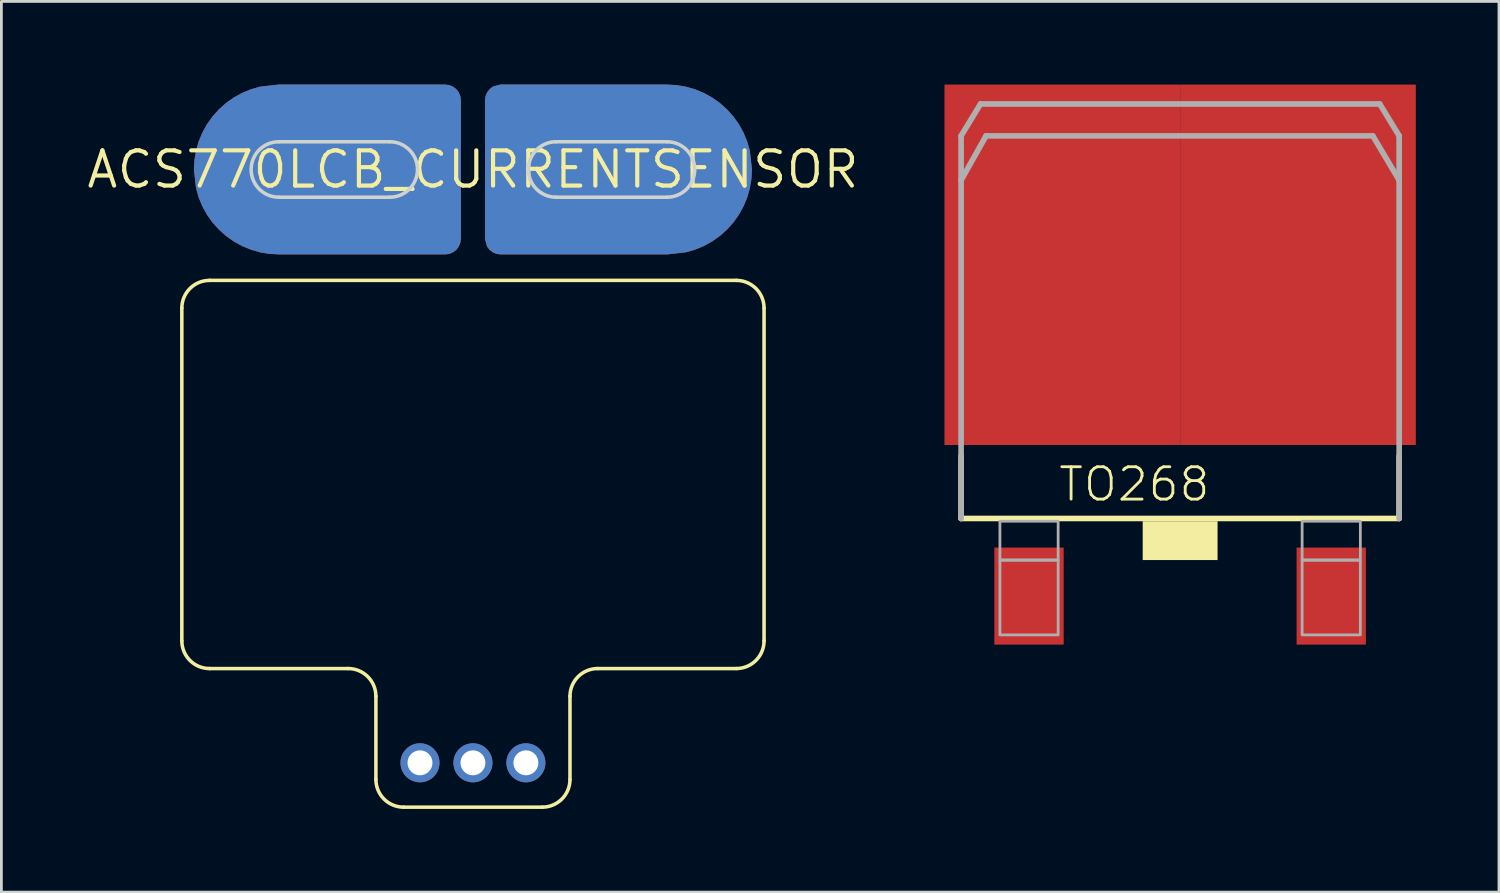
<source format=kicad_pcb>
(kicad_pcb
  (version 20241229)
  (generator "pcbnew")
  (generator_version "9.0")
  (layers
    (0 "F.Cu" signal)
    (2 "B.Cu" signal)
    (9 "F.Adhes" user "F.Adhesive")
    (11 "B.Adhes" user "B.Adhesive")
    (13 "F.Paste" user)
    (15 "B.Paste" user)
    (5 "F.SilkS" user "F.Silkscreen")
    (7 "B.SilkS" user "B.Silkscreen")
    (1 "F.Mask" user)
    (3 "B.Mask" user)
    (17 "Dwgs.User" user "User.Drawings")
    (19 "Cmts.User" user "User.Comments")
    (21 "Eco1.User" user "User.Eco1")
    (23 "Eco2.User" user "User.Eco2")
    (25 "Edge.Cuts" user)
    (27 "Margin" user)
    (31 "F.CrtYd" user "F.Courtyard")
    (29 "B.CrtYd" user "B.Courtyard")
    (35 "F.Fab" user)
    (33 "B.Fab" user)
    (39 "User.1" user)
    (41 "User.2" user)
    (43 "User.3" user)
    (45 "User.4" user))
  (footprint "TO268"
    (layer "F.Cu")
    (at 39.515 8.75)
    (property "Reference" "TO268" (at -4.445 6.35 0) (layer "F.SilkS") (effects (font (size 1.168 1.168) (thickness 0.102)) (justify left bottom)))
    (fp_line (start -7.9 6.9) (end -7.9 4.65) (stroke (width 0.203) (type solid)) (layer "F.SilkS"))
    (fp_line (start -7.9 6.9) (end 7.9 6.9) (stroke (width 0.203) (type solid)) (layer "F.SilkS"))
    (fp_line (start 7.9 4.65) (end 7.9 6.9) (stroke (width 0.203) (type solid)) (layer "F.SilkS"))
    (fp_poly (pts (xy -1.35 8.4) (xy 1.35 8.4) (xy 1.35 7) (xy -1.35 7)) (stroke (width 0) (type default)) (fill yes) (layer "F.SilkS"))
    (fp_line (start -7.9 -6.9) (end -7.2 -8.05) (stroke (width 0.203) (type solid)) (layer "F.Fab"))
    (fp_line (start -7.9 -5.3) (end -7.9 -6.9) (stroke (width 0.203) (type solid)) (layer "F.Fab"))
    (fp_line (start -7.9 -5.3) (end -7.9 6.9) (stroke (width 0.203) (type solid)) (layer "F.Fab"))
    (fp_line (start -7 -6.9) (end -7.9 -5.3) (stroke (width 0.203) (type solid)) (layer "F.Fab"))
    (fp_line (start 6.95 -6.9) (end -7 -6.9) (stroke (width 0.203) (type solid)) (layer "F.Fab"))
    (fp_line (start 7.2 -8.05) (end -7.2 -8.05) (stroke (width 0.203) (type solid)) (layer "F.Fab"))
    (fp_line (start 7.9 -6.9) (end 7.2 -8.05) (stroke (width 0.203) (type solid)) (layer "F.Fab"))
    (fp_line (start 7.9 -5.3) (end 6.95 -6.9) (stroke (width 0.203) (type solid)) (layer "F.Fab"))
    (fp_line (start 7.9 -5.3) (end 7.9 -6.9) (stroke (width 0.203) (type solid)) (layer "F.Fab"))
    (fp_line (start 7.9 6.9) (end 7.9 -5.3) (stroke (width 0.203) (type solid)) (layer "F.Fab"))
    (fp_poly (pts (xy -6.5 8.4) (xy -4.4 8.4) (xy -4.4 7) (xy -6.5 7)) (stroke (width 0.1) (type default)) (fill no) (layer "F.Fab"))
    (fp_poly (pts (xy -6.5 11.1) (xy -4.4 11.1) (xy -4.4 8.4) (xy -6.5 8.4)) (stroke (width 0.1) (type default)) (fill no) (layer "F.Fab"))
    (fp_poly (pts (xy 4.4 8.4) (xy 6.5 8.4) (xy 6.5 7) (xy 4.4 7)) (stroke (width 0.1) (type default)) (fill no) (layer "F.Fab"))
    (fp_poly (pts (xy 4.4 11.1) (xy 6.5 11.1) (xy 6.5 8.4) (xy 4.4 8.4)) (stroke (width 0.1) (type default)) (fill no) (layer "F.Fab"))
    (pad "(+)" smd rect (at 5.45 9.7) (size 2.5 3.5) (layers "F.Cu" "F.Mask" "F.Paste"))
    (pad "(-)" smd rect (at -5.45 9.7) (size 2.5 3.5) (layers "F.Cu" "F.Mask" "F.Paste"))
    (pad "C@1" smd rect (at -4.25 -2.25) (size 8.5 13) (layers "F.Cu" "F.Mask" "F.Paste"))
    (pad "C@2" smd rect (at 4.25 -2.25) (size 8.5 13) (layers "F.Cu" "F.Mask" "F.Paste")))
  (footprint "ACS770LCB_CURRENTSENSOR"
    (layer "F.Cu")
    (at 14.008 3.063)
    (property "Reference" "ACS770LCB_CURRENTSENSOR" (at 0 0 0) (layer "F.SilkS") (effects (font (size 1.27 1.27) (thickness 0.15))))
    (fp_poly (pts (xy 7.343 -3.044) (xy 7.682 -2.987) (xy 8.012 -2.892) (xy 8.329 -2.76) (xy 8.63 -2.594) (xy 8.91 -2.395) (xy 9.166 -2.166) (xy 9.395 -1.91) (xy 9.594 -1.63) (xy 9.76 -1.329) (xy 9.892 -1.012) (xy 9.987 -0.68) (xy 10.064 -0.002) (xy 10.044 0.343) (xy 9.987 0.682) (xy 9.892 1.012) (xy 9.76 1.329) (xy 9.594 1.63) (xy 9.395 1.91) (xy 9.166 2.166) (xy 8.91 2.395) (xy 8.63 2.594) (xy 8.329 2.76) (xy 8.012 2.892) (xy 7.68 2.987) (xy 7.004 3.063) (xy 0.996 3.063) (xy 0.854 3.045) (xy 0.718 2.988) (xy 0.601 2.899) (xy 0.509 2.779) (xy 0.436 2.508) (xy 0.436 -2.504) (xy 0.455 -2.646) (xy 0.512 -2.782) (xy 0.601 -2.899) (xy 0.721 -2.991) (xy 0.992 -3.063) (xy 7.002 -3.063)) (stroke (width 0) (type default)) (fill yes) (layer "F.Cu"))
    (fp_poly (pts (xy -0.854 -3.045) (xy -0.718 -2.988) (xy -0.601 -2.899) (xy -0.512 -2.782) (xy -0.455 -2.646) (xy -0.436 -2.504) (xy -0.436 2.504) (xy -0.455 2.646) (xy -0.512 2.782) (xy -0.601 2.899) (xy -0.718 2.988) (xy -0.854 3.045) (xy -0.996 3.063) (xy -7.002 3.063) (xy -7.343 3.044) (xy -7.682 2.987) (xy -8.012 2.892) (xy -8.329 2.76) (xy -8.63 2.594) (xy -8.91 2.395) (xy -9.166 2.166) (xy -9.395 1.91) (xy -9.594 1.63) (xy -9.76 1.329) (xy -9.892 1.012) (xy -9.987 0.68) (xy -10.064 0.002) (xy -10.044 -0.343) (xy -9.987 -0.682) (xy -9.892 -1.012) (xy -9.76 -1.329) (xy -9.594 -1.63) (xy -9.395 -1.91) (xy -9.166 -2.166) (xy -8.91 -2.395) (xy -8.63 -2.594) (xy -8.329 -2.76) (xy -8.012 -2.892) (xy -7.68 -2.987) (xy -7.004 -3.063) (xy -0.996 -3.063)) (stroke (width 0) (type default)) (fill yes) (layer "F.Cu"))
    (fp_poly (pts (xy 7.343 -3.044) (xy 7.682 -2.987) (xy 8.012 -2.892) (xy 8.329 -2.76) (xy 8.63 -2.594) (xy 8.91 -2.395) (xy 9.166 -2.166) (xy 9.395 -1.91) (xy 9.594 -1.63) (xy 9.76 -1.329) (xy 9.892 -1.012) (xy 9.987 -0.68) (xy 10.064 -0.002) (xy 10.044 0.343) (xy 9.987 0.682) (xy 9.892 1.012) (xy 9.76 1.329) (xy 9.594 1.63) (xy 9.395 1.91) (xy 9.166 2.166) (xy 8.91 2.395) (xy 8.63 2.594) (xy 8.329 2.76) (xy 8.012 2.892) (xy 7.68 2.987) (xy 7.004 3.063) (xy 0.996 3.063) (xy 0.854 3.045) (xy 0.718 2.988) (xy 0.601 2.899) (xy 0.509 2.779) (xy 0.436 2.508) (xy 0.436 -2.504) (xy 0.455 -2.646) (xy 0.512 -2.782) (xy 0.601 -2.899) (xy 0.721 -2.991) (xy 0.992 -3.063) (xy 7.002 -3.063)) (stroke (width 0) (type default)) (fill yes) (layer "F.Mask"))
    (fp_poly (pts (xy -0.854 -3.045) (xy -0.718 -2.988) (xy -0.601 -2.899) (xy -0.512 -2.782) (xy -0.455 -2.646) (xy -0.436 -2.504) (xy -0.436 2.504) (xy -0.455 2.646) (xy -0.512 2.782) (xy -0.601 2.899) (xy -0.718 2.988) (xy -0.854 3.045) (xy -0.996 3.063) (xy -7.002 3.063) (xy -7.343 3.044) (xy -7.682 2.987) (xy -8.012 2.892) (xy -8.329 2.76) (xy -8.63 2.594) (xy -8.91 2.395) (xy -9.166 2.166) (xy -9.395 1.91) (xy -9.594 1.63) (xy -9.76 1.329) (xy -9.892 1.012) (xy -9.987 0.68) (xy -10.064 0.002) (xy -10.044 -0.343) (xy -9.987 -0.682) (xy -9.892 -1.012) (xy -9.76 -1.329) (xy -9.594 -1.63) (xy -9.395 -1.91) (xy -9.166 -2.166) (xy -8.91 -2.395) (xy -8.63 -2.594) (xy -8.329 -2.76) (xy -8.012 -2.892) (xy -7.68 -2.987) (xy -7.004 -3.063) (xy -0.996 -3.063)) (stroke (width 0) (type default)) (fill yes) (layer "F.Mask"))
    (fp_poly (pts (xy 7.343 -3.044) (xy 7.682 -2.987) (xy 8.012 -2.892) (xy 8.329 -2.76) (xy 8.63 -2.594) (xy 8.91 -2.395) (xy 9.166 -2.166) (xy 9.395 -1.91) (xy 9.594 -1.63) (xy 9.76 -1.329) (xy 9.892 -1.012) (xy 9.987 -0.68) (xy 10.064 -0.002) (xy 10.044 0.343) (xy 9.987 0.682) (xy 9.892 1.012) (xy 9.76 1.329) (xy 9.594 1.63) (xy 9.395 1.91) (xy 9.166 2.166) (xy 8.91 2.395) (xy 8.63 2.594) (xy 8.329 2.76) (xy 8.012 2.892) (xy 7.68 2.987) (xy 7.004 3.063) (xy 0.996 3.063) (xy 0.854 3.045) (xy 0.718 2.988) (xy 0.601 2.899) (xy 0.509 2.779) (xy 0.436 2.508) (xy 0.436 -2.504) (xy 0.455 -2.646) (xy 0.512 -2.782) (xy 0.601 -2.899) (xy 0.721 -2.991) (xy 0.992 -3.063) (xy 7.002 -3.063)) (stroke (width 0) (type default)) (fill yes) (layer "B.Cu"))
    (fp_poly (pts (xy -0.854 -3.045) (xy -0.718 -2.988) (xy -0.601 -2.899) (xy -0.512 -2.782) (xy -0.455 -2.646) (xy -0.436 -2.504) (xy -0.436 2.504) (xy -0.455 2.646) (xy -0.512 2.782) (xy -0.601 2.899) (xy -0.718 2.988) (xy -0.854 3.045) (xy -0.996 3.063) (xy -7.002 3.063) (xy -7.343 3.044) (xy -7.682 2.987) (xy -8.012 2.892) (xy -8.329 2.76) (xy -8.63 2.594) (xy -8.91 2.395) (xy -9.166 2.166) (xy -9.395 1.91) (xy -9.594 1.63) (xy -9.76 1.329) (xy -9.892 1.012) (xy -9.987 0.68) (xy -10.064 0.002) (xy -10.044 -0.343) (xy -9.987 -0.682) (xy -9.892 -1.012) (xy -9.76 -1.329) (xy -9.594 -1.63) (xy -9.395 -1.91) (xy -9.166 -2.166) (xy -8.91 -2.395) (xy -8.63 -2.594) (xy -8.329 -2.76) (xy -8.012 -2.892) (xy -7.68 -2.987) (xy -7.004 -3.063) (xy -0.996 -3.063)) (stroke (width 0) (type default)) (fill yes) (layer "B.Cu"))
    (fp_poly (pts (xy 7.343 -3.044) (xy 7.682 -2.987) (xy 8.012 -2.892) (xy 8.329 -2.76) (xy 8.63 -2.594) (xy 8.91 -2.395) (xy 9.166 -2.166) (xy 9.395 -1.91) (xy 9.594 -1.63) (xy 9.76 -1.329) (xy 9.892 -1.012) (xy 9.987 -0.68) (xy 10.064 -0.002) (xy 10.044 0.343) (xy 9.987 0.682) (xy 9.892 1.012) (xy 9.76 1.329) (xy 9.594 1.63) (xy 9.395 1.91) (xy 9.166 2.166) (xy 8.91 2.395) (xy 8.63 2.594) (xy 8.329 2.76) (xy 8.012 2.892) (xy 7.68 2.987) (xy 7.004 3.063) (xy 0.996 3.063) (xy 0.854 3.045) (xy 0.718 2.988) (xy 0.601 2.899) (xy 0.509 2.779) (xy 0.436 2.508) (xy 0.436 -2.504) (xy 0.455 -2.646) (xy 0.512 -2.782) (xy 0.601 -2.899) (xy 0.721 -2.991) (xy 0.992 -3.063) (xy 7.002 -3.063)) (stroke (width 0) (type default)) (fill yes) (layer "B.Mask"))
    (fp_poly (pts (xy -0.854 -3.045) (xy -0.718 -2.988) (xy -0.601 -2.899) (xy -0.512 -2.782) (xy -0.455 -2.646) (xy -0.436 -2.504) (xy -0.436 2.504) (xy -0.455 2.646) (xy -0.512 2.782) (xy -0.601 2.899) (xy -0.718 2.988) (xy -0.854 3.045) (xy -0.996 3.063) (xy -7.002 3.063) (xy -7.343 3.044) (xy -7.682 2.987) (xy -8.012 2.892) (xy -8.329 2.76) (xy -8.63 2.594) (xy -8.91 2.395) (xy -9.166 2.166) (xy -9.395 1.91) (xy -9.594 1.63) (xy -9.76 1.329) (xy -9.892 1.012) (xy -9.987 0.68) (xy -10.064 0.002) (xy -10.044 -0.343) (xy -9.987 -0.682) (xy -9.892 -1.012) (xy -9.76 -1.329) (xy -9.594 -1.63) (xy -9.395 -1.91) (xy -9.166 -2.166) (xy -8.91 -2.395) (xy -8.63 -2.594) (xy -8.329 -2.76) (xy -8.012 -2.892) (xy -7.68 -2.987) (xy -7.004 -3.063) (xy -0.996 -3.063)) (stroke (width 0) (type default)) (fill yes) (layer "B.Mask"))
    (fp_line (start -10.5 5) (end -10.5 17) (stroke (width 0.127) (type solid)) (layer "F.SilkS"))
    (fp_line (start -9.5 18) (end -4.5 18) (stroke (width 0.127) (type solid)) (layer "F.SilkS"))
    (fp_line (start -3.5 19) (end -3.5 22) (stroke (width 0.127) (type solid)) (layer "F.SilkS"))
    (fp_line (start -2.5 23) (end 2.5 23) (stroke (width 0.127) (type solid)) (layer "F.SilkS"))
    (fp_line (start 3.5 22) (end 3.5 19) (stroke (width 0.127) (type solid)) (layer "F.SilkS"))
    (fp_line (start 4.5 18) (end 9.5 18) (stroke (width 0.127) (type solid)) (layer "F.SilkS"))
    (fp_line (start 9.5 4) (end -9.5 4) (stroke (width 0.127) (type solid)) (layer "F.SilkS"))
    (fp_line (start 10.5 17) (end 10.5 5) (stroke (width 0.127) (type solid)) (layer "F.SilkS"))
    (fp_arc (start -10.5 5) (mid -10.207107 4.292893) (end -9.5 4) (stroke (width 0.127) (type solid)) (layer "F.SilkS"))
    (fp_arc (start -9.5 18) (mid -10.207107 17.707107) (end -10.5 17) (stroke (width 0.127) (type solid)) (layer "F.SilkS"))
    (fp_arc (start -4.5 18) (mid -3.792893 18.292893) (end -3.5 19) (stroke (width 0.127) (type solid)) (layer "F.SilkS"))
    (fp_arc (start -2.5 23) (mid -3.207107 22.707107) (end -3.5 22) (stroke (width 0.127) (type solid)) (layer "F.SilkS"))
    (fp_arc (start 3.5 19) (mid 3.792893 18.292893) (end 4.5 18) (stroke (width 0.127) (type solid)) (layer "F.SilkS"))
    (fp_arc (start 3.5 22) (mid 3.207107 22.707107) (end 2.5 23) (stroke (width 0.127) (type solid)) (layer "F.SilkS"))
    (fp_arc (start 9.5 4) (mid 10.207107 4.292893) (end 10.5 5) (stroke (width 0.127) (type solid)) (layer "F.SilkS"))
    (fp_arc (start 10.5 17) (mid 10.207107 17.707107) (end 9.5 18) (stroke (width 0.127) (type solid)) (layer "F.SilkS"))
    (fp_poly (pts (xy 7.343 -3.044) (xy 7.682 -2.987) (xy 8.012 -2.892) (xy 8.329 -2.76) (xy 8.63 -2.594) (xy 8.91 -2.395) (xy 9.166 -2.166) (xy 9.395 -1.91) (xy 9.594 -1.63) (xy 9.76 -1.329) (xy 9.892 -1.012) (xy 9.987 -0.68) (xy 10.064 -0.002) (xy 10.044 0.343) (xy 9.987 0.682) (xy 9.892 1.012) (xy 9.76 1.329) (xy 9.594 1.63) (xy 9.395 1.91) (xy 9.166 2.166) (xy 8.91 2.395) (xy 8.63 2.594) (xy 8.329 2.76) (xy 8.012 2.892) (xy 7.68 2.987) (xy 7.004 3.063) (xy 0.996 3.063) (xy 0.854 3.045) (xy 0.718 2.988) (xy 0.601 2.899) (xy 0.509 2.779) (xy 0.436 2.508) (xy 0.436 -2.504) (xy 0.455 -2.646) (xy 0.512 -2.782) (xy 0.601 -2.899) (xy 0.721 -2.991) (xy 0.992 -3.063) (xy 7.002 -3.063)) (stroke (width 0) (type default)) (fill yes) (layer "F.Paste"))
    (fp_poly (pts (xy -0.854 -3.045) (xy -0.718 -2.988) (xy -0.601 -2.899) (xy -0.512 -2.782) (xy -0.455 -2.646) (xy -0.436 -2.504) (xy -0.436 2.504) (xy -0.455 2.646) (xy -0.512 2.782) (xy -0.601 2.899) (xy -0.718 2.988) (xy -0.854 3.045) (xy -0.996 3.063) (xy -7.002 3.063) (xy -7.343 3.044) (xy -7.682 2.987) (xy -8.012 2.892) (xy -8.329 2.76) (xy -8.63 2.594) (xy -8.91 2.395) (xy -9.166 2.166) (xy -9.395 1.91) (xy -9.594 1.63) (xy -9.76 1.329) (xy -9.892 1.012) (xy -9.987 0.68) (xy -10.064 0.002) (xy -10.044 -0.343) (xy -9.987 -0.682) (xy -9.892 -1.012) (xy -9.76 -1.329) (xy -9.594 -1.63) (xy -9.395 -1.91) (xy -9.166 -2.166) (xy -8.91 -2.395) (xy -8.63 -2.594) (xy -8.329 -2.76) (xy -8.012 -2.892) (xy -7.68 -2.987) (xy -7.004 -3.063) (xy -0.996 -3.063)) (stroke (width 0) (type default)) (fill yes) (layer "F.Paste"))
    (fp_poly (pts (xy 7.343 -3.044) (xy 7.682 -2.987) (xy 8.012 -2.892) (xy 8.329 -2.76) (xy 8.63 -2.594) (xy 8.91 -2.395) (xy 9.166 -2.166) (xy 9.395 -1.91) (xy 9.594 -1.63) (xy 9.76 -1.329) (xy 9.892 -1.012) (xy 9.987 -0.68) (xy 10.064 -0.002) (xy 10.044 0.343) (xy 9.987 0.682) (xy 9.892 1.012) (xy 9.76 1.329) (xy 9.594 1.63) (xy 9.395 1.91) (xy 9.166 2.166) (xy 8.91 2.395) (xy 8.63 2.594) (xy 8.329 2.76) (xy 8.012 2.892) (xy 7.68 2.987) (xy 7.004 3.063) (xy 0.996 3.063) (xy 0.854 3.045) (xy 0.718 2.988) (xy 0.601 2.899) (xy 0.509 2.779) (xy 0.436 2.508) (xy 0.436 -2.504) (xy 0.455 -2.646) (xy 0.512 -2.782) (xy 0.601 -2.899) (xy 0.721 -2.991) (xy 0.992 -3.063) (xy 7.002 -3.063)) (stroke (width 0) (type default)) (fill yes) (layer "B.Paste"))
    (fp_poly (pts (xy -0.854 -3.045) (xy -0.718 -2.988) (xy -0.601 -2.899) (xy -0.512 -2.782) (xy -0.455 -2.646) (xy -0.436 -2.504) (xy -0.436 2.504) (xy -0.455 2.646) (xy -0.512 2.782) (xy -0.601 2.899) (xy -0.718 2.988) (xy -0.854 3.045) (xy -0.996 3.063) (xy -7.002 3.063) (xy -7.343 3.044) (xy -7.682 2.987) (xy -8.012 2.892) (xy -8.329 2.76) (xy -8.63 2.594) (xy -8.91 2.395) (xy -9.166 2.166) (xy -9.395 1.91) (xy -9.594 1.63) (xy -9.76 1.329) (xy -9.892 1.012) (xy -9.987 0.68) (xy -10.064 0.002) (xy -10.044 -0.343) (xy -9.987 -0.682) (xy -9.892 -1.012) (xy -9.76 -1.329) (xy -9.594 -1.63) (xy -9.395 -1.91) (xy -9.166 -2.166) (xy -8.91 -2.395) (xy -8.63 -2.594) (xy -8.329 -2.76) (xy -8.012 -2.892) (xy -7.68 -2.987) (xy -7.004 -3.063) (xy -0.996 -3.063)) (stroke (width 0) (type default)) (fill yes) (layer "B.Paste"))
    (fp_line (start -7 -1) (end -3 -1) (stroke (width 0.127) (type solid)) (layer "Edge.Cuts"))
    (fp_line (start -7 1) (end -3 1) (stroke (width 0.127) (type solid)) (layer "Edge.Cuts"))
    (fp_line (start 3 -1) (end 7 -1) (stroke (width 0.127) (type solid)) (layer "Edge.Cuts"))
    (fp_line (start 3 1) (end 7 1) (stroke (width 0.127) (type solid)) (layer "Edge.Cuts"))
    (fp_arc (start -7 1) (mid -8 0) (end -7 -1) (stroke (width 0.127) (type solid)) (layer "Edge.Cuts"))
    (fp_arc (start -3 -1) (mid -2 0) (end -3 1) (stroke (width 0.127) (type solid)) (layer "Edge.Cuts"))
    (fp_arc (start 3 1) (mid 2 0) (end 3 -1) (stroke (width 0.127) (type solid)) (layer "Edge.Cuts"))
    (fp_arc (start 7 -1) (mid 8 0) (end 7 1) (stroke (width 0.127) (type solid)) (layer "Edge.Cuts"))
    (pad "PIN1" thru_hole circle (at -1.91 21.4) (size 1.408 1.408) (drill 0.9) (layers "*.Cu" "*.Mask"))
    (pad "PIN2" thru_hole circle (at 0 21.4) (size 1.408 1.408) (drill 0.9) (layers "*.Cu" "*.Mask"))
    (pad "PIN3" thru_hole circle (at 1.91 21.4) (size 1.408 1.408) (drill 0.9) (layers "*.Cu" "*.Mask"))
    (pad "PIN4" smd rect (at 1 0 90) (size 3 1) (layers "F.Cu" "F.Mask" "F.Paste"))
    (pad "PIN5" smd rect (at -1 0 90) (size 3 1) (layers "F.Cu" "F.Mask" "F.Paste")))
  (gr_rect
    (start -3 -3)
    (end 51.015 29.127)
    (stroke (width 0.1) (type default))
    (fill no)
    (layer "Edge.Cuts")))
</source>
